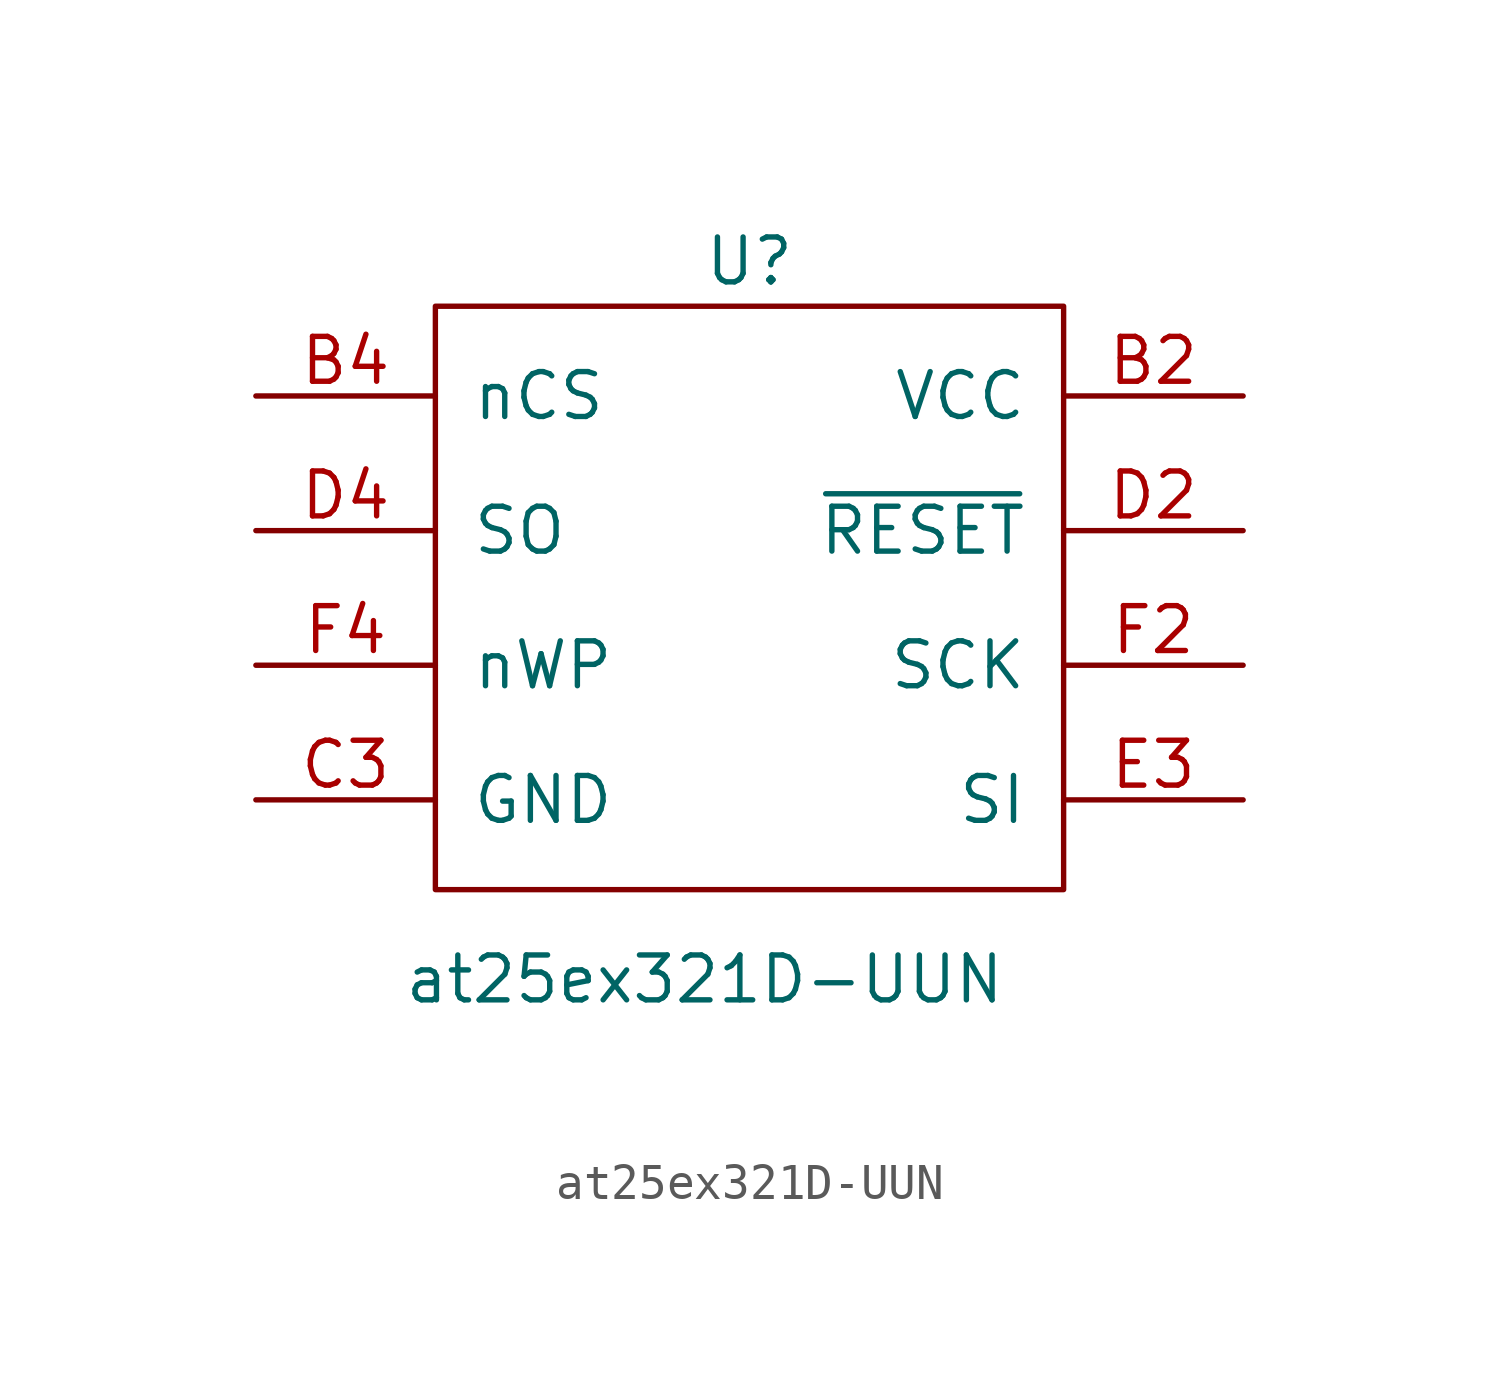
<source format=kicad_sym>
(kicad_symbol_lib
  (version 20211014)
  (generator kicad_symbol_editor)
  (symbol "at25ex321D-UUN"
    (pin_names
      (offset 1.016))
    (property "Reference" "U"
      (at 0 7.62 0)
      (effects (font (size 1.27 1.27))))
    (property "Value" "at25ex321D-UUN"
      (at -1.27 -12.7 0)
      (effects (font (size 1.27 1.27))))
    (symbol "at25ex321D-UUN_0_1"
      (rectangle (start -8.89 -10.16) (end 8.89 6.35) (stroke (width 0) (type default) (color 0 0 0 0)) (fill (type none))))
    (symbol "at25ex321D-UUN_1_1"
      (pin no_connect line (at -12.7 -12.7 0) (length 5.08) hide (name "NC" (effects (font (size 1.27 1.27)))) (number "A1" (effects (font (size 1.27 1.27)))))
      (pin no_connect line (at 12.7 -12.7 180) (length 5.08) hide (name "NC" (effects (font (size 1.27 1.27)))) (number "A5" (effects (font (size 1.27 1.27)))))
      (pin power_in line (at 13.97 3.81 180) (length 5.08) (name "VCC" (effects (font (size 1.27 1.27)))) (number "B2" (effects (font (size 1.27 1.27)))))
      (pin input line (at -13.97 3.81 0) (length 5.08) (name "nCS" (effects (font (size 1.27 1.27)))) (number "B4" (effects (font (size 1.27 1.27)))))
      (pin power_in line (at -13.97 -7.62 0) (length 5.08) (name "GND" (effects (font (size 1.27 1.27)))) (number "C3" (effects (font (size 1.27 1.27)))))
      (pin input line (at 13.97 0 180) (length 5.08) (name "~{RESET}" (effects (font (size 1.27 1.27)))) (number "D2" (effects (font (size 1.27 1.27)))))
      (pin output line (at -13.97 0 0) (length 5.08) (name "SO" (effects (font (size 1.27 1.27)))) (number "D4" (effects (font (size 1.27 1.27)))))
      (pin input line (at 13.97 -7.62 180) (length 5.08) (name "SI" (effects (font (size 1.27 1.27)))) (number "E3" (effects (font (size 1.27 1.27)))))
      (pin input line (at 13.97 -3.81 180) (length 5.08) (name "SCK" (effects (font (size 1.27 1.27)))) (number "F2" (effects (font (size 1.27 1.27)))))
      (pin input line (at -13.97 -3.81 0) (length 5.08) (name "nWP" (effects (font (size 1.27 1.27)))) (number "F4" (effects (font (size 1.27 1.27)))))
      (pin no_connect line (at -12.7 -15.24 0) (length 5.08) hide (name "NC" (effects (font (size 1.27 1.27)))) (number "G1" (effects (font (size 1.27 1.27)))))
      (pin no_connect line (at 12.7 -15.24 180) (length 5.08) hide (name "NC" (effects (font (size 1.27 1.27)))) (number "G5" (effects (font (size 1.27 1.27))))))))
</source>
